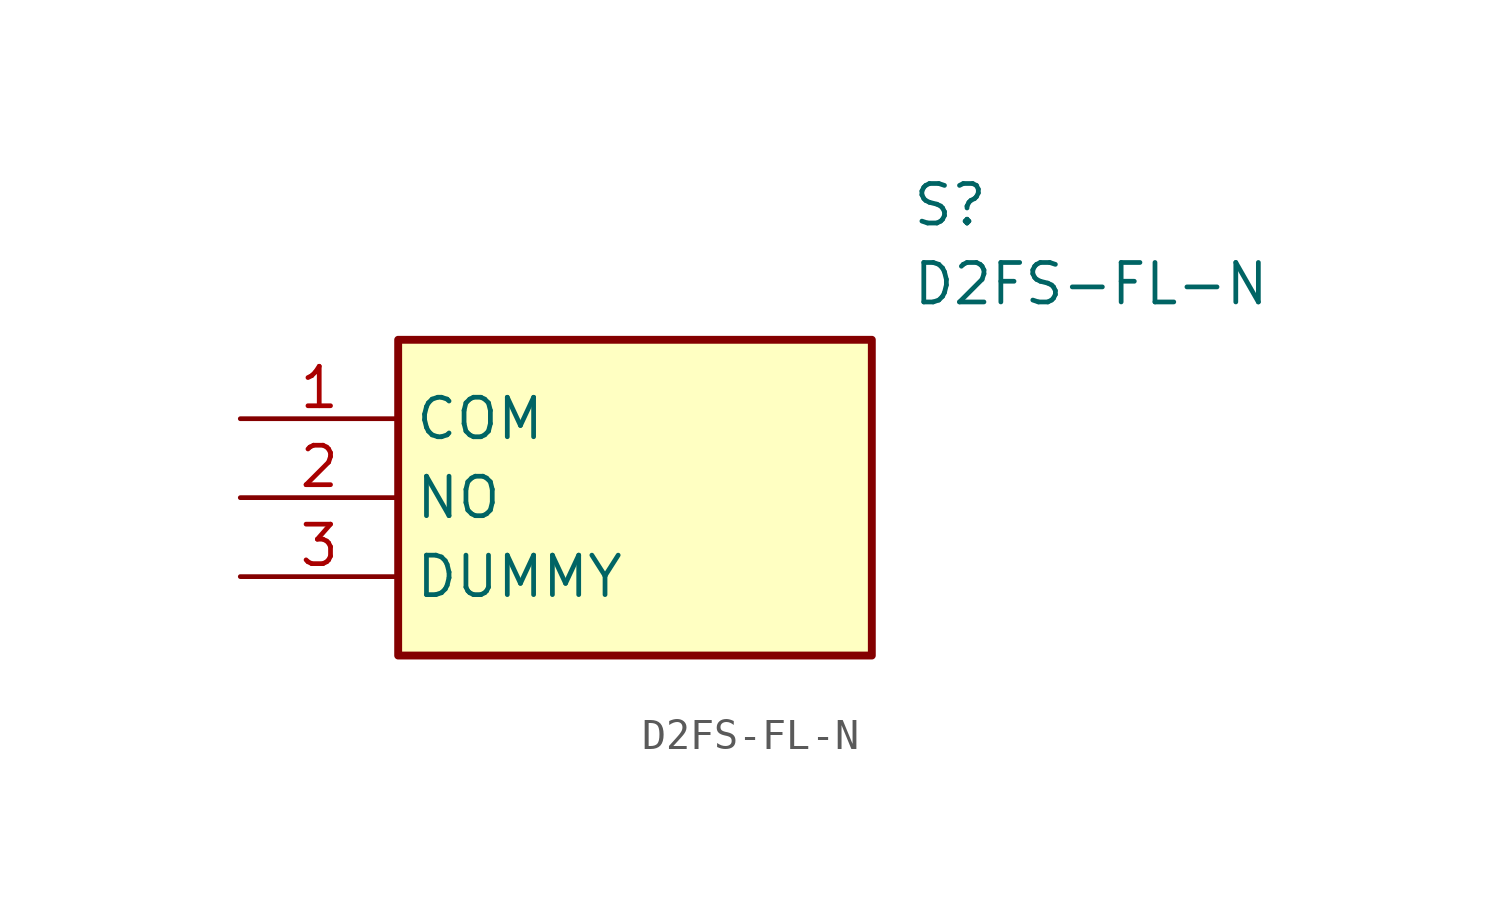
<source format=kicad_sym>
(kicad_symbol_lib
  (version 20231120)
  (generator "kicad_symbol_editor")
  (generator_version "8.0")
  (symbol "D2FS-FL-N"
    (property "Reference" "S"
      (at 21.59 7.62 0)
      (effects (font (size 1.27 1.27)) (justify left top)))
    (property "Value" "D2FS-FL-N"
      (at 21.59 5.08 0)
      (effects (font (size 1.27 1.27)) (justify left top)))
    (symbol "D2FS-FL-N_1_1"
      (rectangle (start 5.08 2.54) (end 20.32 -7.62) (stroke (width 0.254) (type default)) (fill (type background)))
      (pin passive line (at 0 0 0) (length 5.08) (name "COM" (effects (font (size 1.27 1.27)))) (number "1" (effects (font (size 1.27 1.27)))))
      (pin passive line (at 0 -2.54 0) (length 5.08) (name "NO" (effects (font (size 1.27 1.27)))) (number "2" (effects (font (size 1.27 1.27)))))
      (pin passive line (at 0 -5.08 0) (length 5.08) (name "DUMMY" (effects (font (size 1.27 1.27)))) (number "3" (effects (font (size 1.27 1.27))))))))
</source>
